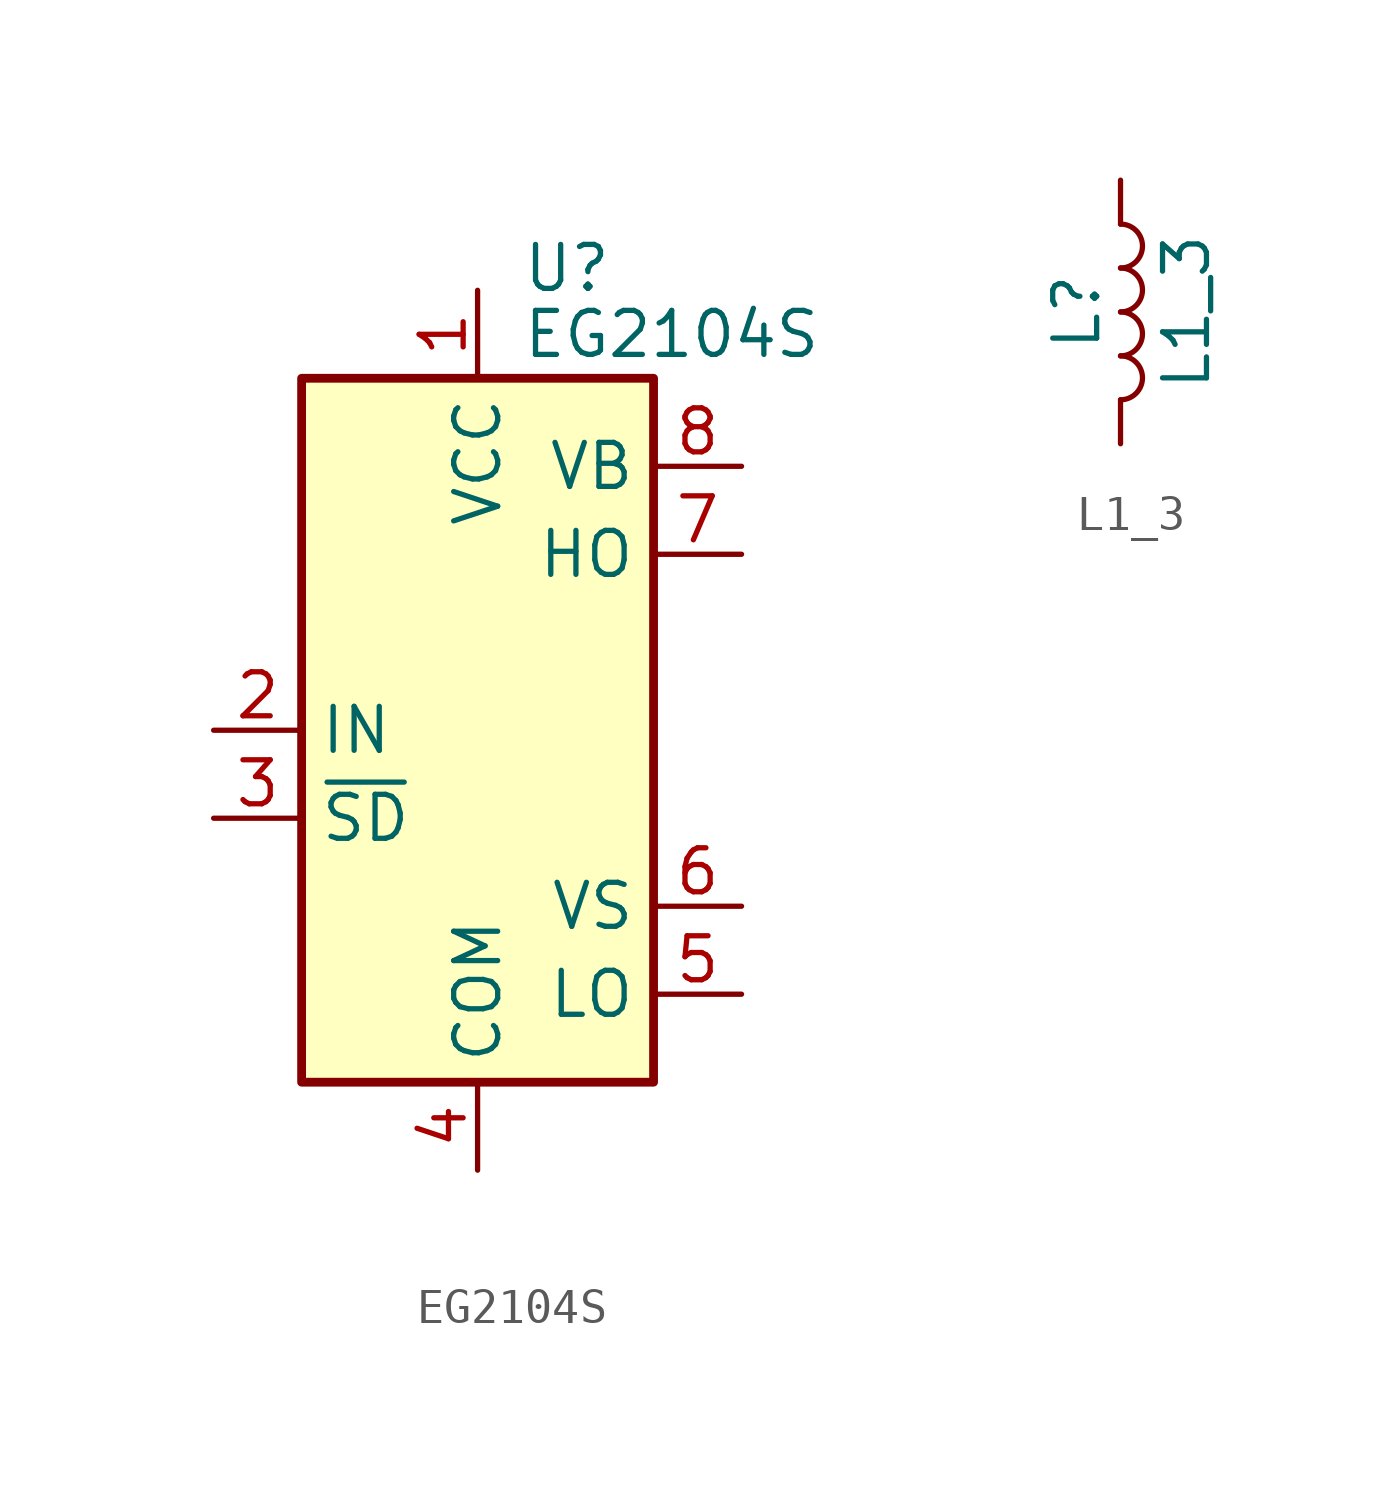
<source format=kicad_sym>
(kicad_symbol_lib
  (version 20241209)
  (generator "kicad_symbol_editor")
  (generator_version "9.0")
  (symbol "EG2104S"
    (property "Reference" "U"
      (at 1.27 13.335 0)
      (effects (font (size 1.27 1.27)) (justify left)))
    (property "Value" "EG2104S"
      (at 1.27 11.43 0)
      (effects (font (size 1.27 1.27)) (justify left)))
    (symbol "EG2104S_0_1"
      (rectangle (start -5.08 10.16) (end 5.08 -10.16) (stroke (width 0.254) (type default)) (fill (type background))))
    (symbol "EG2104S_1_1"
      (pin input line (at -7.62 0 0) (length 2.54) (name "IN" (effects (font (size 1.27 1.27)))) (number "2" (effects (font (size 1.27 1.27)))))
      (pin input line (at -7.62 -2.54 0) (length 2.54) (name "~{SD}" (effects (font (size 1.27 1.27)))) (number "3" (effects (font (size 1.27 1.27)))))
      (pin power_in line (at 0 12.7 270) (length 2.54) (name "VCC" (effects (font (size 1.27 1.27)))) (number "1" (effects (font (size 1.27 1.27)))))
      (pin power_in line (at 0 -12.7 90) (length 2.54) (name "COM" (effects (font (size 1.27 1.27)))) (number "4" (effects (font (size 1.27 1.27)))))
      (pin passive line (at 7.62 7.62 180) (length 2.54) (name "VB" (effects (font (size 1.27 1.27)))) (number "8" (effects (font (size 1.27 1.27)))))
      (pin output line (at 7.62 5.08 180) (length 2.54) (name "HO" (effects (font (size 1.27 1.27)))) (number "7" (effects (font (size 1.27 1.27)))))
      (pin passive line (at 7.62 -5.08 180) (length 2.54) (name "VS" (effects (font (size 1.27 1.27)))) (number "6" (effects (font (size 1.27 1.27)))))
      (pin output line (at 7.62 -7.62 180) (length 2.54) (name "LO" (effects (font (size 1.27 1.27)))) (number "5" (effects (font (size 1.27 1.27)))))))
  (symbol "L1_3"
    (pin_numbers
      (hide yes))
    (pin_names
      (offset 1.016)
      (hide yes))
    (property "Reference" "L"
      (at -1.27 0 90)
      (effects (font (size 1.27 1.27))))
    (property "Value" "L1_3"
      (at 1.905 0 90)
      (effects (font (size 1.27 1.27))))
    (symbol "L1_3_0_1"
      (arc (start 0 2.54) (mid 0.6323 1.905) (end 0 1.27) (stroke (width 0) (type default)) (fill (type none)))
      (arc (start 0 1.27) (mid 0.6323 0.635) (end 0 0) (stroke (width 0) (type default)) (fill (type none)))
      (arc (start 0 0) (mid 0.6323 -0.635) (end 0 -1.27) (stroke (width 0) (type default)) (fill (type none)))
      (arc (start 0 -1.27) (mid 0.6323 -1.905) (end 0 -2.54) (stroke (width 0) (type default)) (fill (type none))))
    (symbol "L1_3_1_1"
      (pin passive line (at 0 3.81 270) (length 1.27) (name "1" (effects (font (size 1.27 1.27)))) (number "1" (effects (font (size 1.27 1.27)))))
      (pin passive line (at 0 -3.81 90) (length 1.27) (name "3" (effects (font (size 1.27 1.27)))) (number "3" (effects (font (size 1.27 1.27))))))))
</source>
